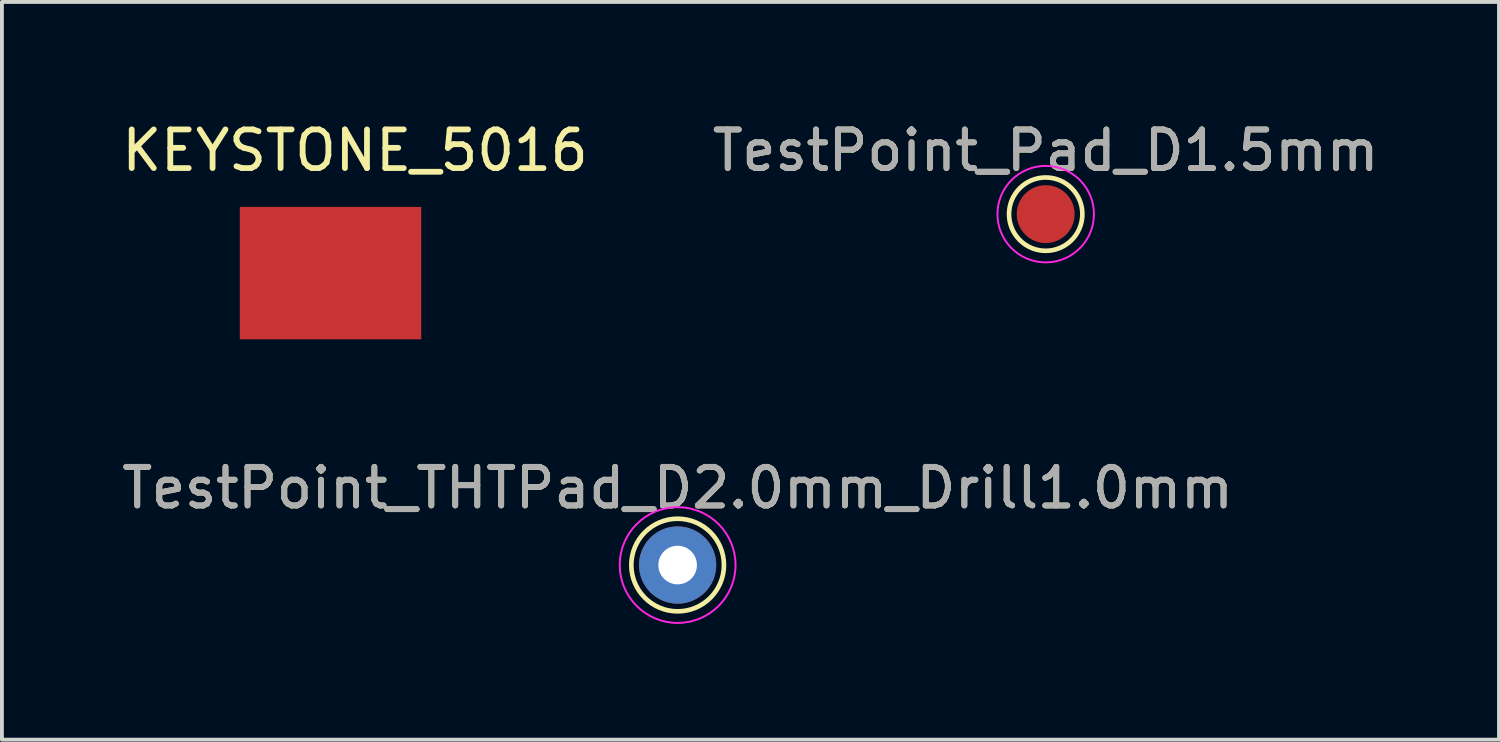
<source format=kicad_pcb>
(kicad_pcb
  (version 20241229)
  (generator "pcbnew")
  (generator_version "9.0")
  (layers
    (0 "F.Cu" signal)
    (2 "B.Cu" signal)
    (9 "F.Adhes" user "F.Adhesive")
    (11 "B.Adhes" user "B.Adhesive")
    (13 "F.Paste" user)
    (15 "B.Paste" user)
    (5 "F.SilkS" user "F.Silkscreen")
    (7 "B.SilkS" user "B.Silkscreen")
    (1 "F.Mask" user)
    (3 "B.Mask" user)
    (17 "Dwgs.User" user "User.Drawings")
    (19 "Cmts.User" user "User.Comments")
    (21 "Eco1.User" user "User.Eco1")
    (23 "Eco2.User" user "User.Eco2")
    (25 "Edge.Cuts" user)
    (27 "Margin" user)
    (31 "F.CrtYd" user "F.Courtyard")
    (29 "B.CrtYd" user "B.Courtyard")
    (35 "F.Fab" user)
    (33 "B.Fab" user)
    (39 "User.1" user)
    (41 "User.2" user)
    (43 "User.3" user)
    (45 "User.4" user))
  (footprint "TestPoint_Pad_D1.5mm"
    (layer "F.Cu")
    (at 24.042 2.498)
    (property "Reference" "TestPoint_Pad_D1.5mm" (at 0 -1.648 0) (layer "F.SilkS") (effects (font (size 1 1) (thickness 0.15))))
    (attr exclude_from_pos_files exclude_from_bom)
    (fp_circle (center 0 0) (end 0 0.95) (stroke (width 0.12) (type solid)) (fill no) (layer "F.SilkS"))
    (fp_circle (center 0 0) (end 1.25 0) (stroke (width 0.05) (type solid)) (fill no) (layer "F.CrtYd"))
    (fp_text user "${REFERENCE}" (at 0 -1.65 0) (layer "F.Fab") (effects (font (size 1 1) (thickness 0.15))))
    (pad "1" smd circle (at 0 0) (size 1.5 1.5) (layers "F.Cu" "F.Mask")))
  (footprint "KEYSTONE_5016"
    (layer "F.Cu")
    (at 5.513 4.026)
    (property "Reference" "KEYSTONE_5016" (at 0.635 -3.177 0) (layer "F.SilkS") (effects (font (size 1.001 1) (thickness 0.15))))
    (attr smd)
    (pad "1" smd rect (at 0 0) (size 4.7 3.43) (layers "F.Cu" "F.Mask" "F.Paste")))
  (footprint "TestPoint_THTPad_D2.0mm_Drill1.0mm"
    (layer "F.Cu")
    (at 14.506 11.589)
    (property "Reference" "TestPoint_THTPad_D2.0mm_Drill1.0mm" (at 0 -1.998 0) (layer "F.SilkS") (effects (font (size 1 1) (thickness 0.15))))
    (attr through_hole exclude_from_bom)
    (fp_circle (center 0 0) (end 0 1.2) (stroke (width 0.12) (type solid)) (fill no) (layer "F.SilkS"))
    (fp_circle (center 0 0) (end 1.5 0) (stroke (width 0.05) (type solid)) (fill no) (layer "F.CrtYd"))
    (fp_text user "${REFERENCE}" (at 0 -2 0) (layer "F.Fab") (effects (font (size 1 1) (thickness 0.15))))
    (pad "1" thru_hole circle (at 0 0) (size 2 2) (drill 1) (layers "*.Cu" "*.Mask")))
  (gr_rect
    (start -3 -3)
    (end 35.786 16.114)
    (stroke (width 0.1) (type default))
    (fill no)
    (layer "Edge.Cuts")))
</source>
